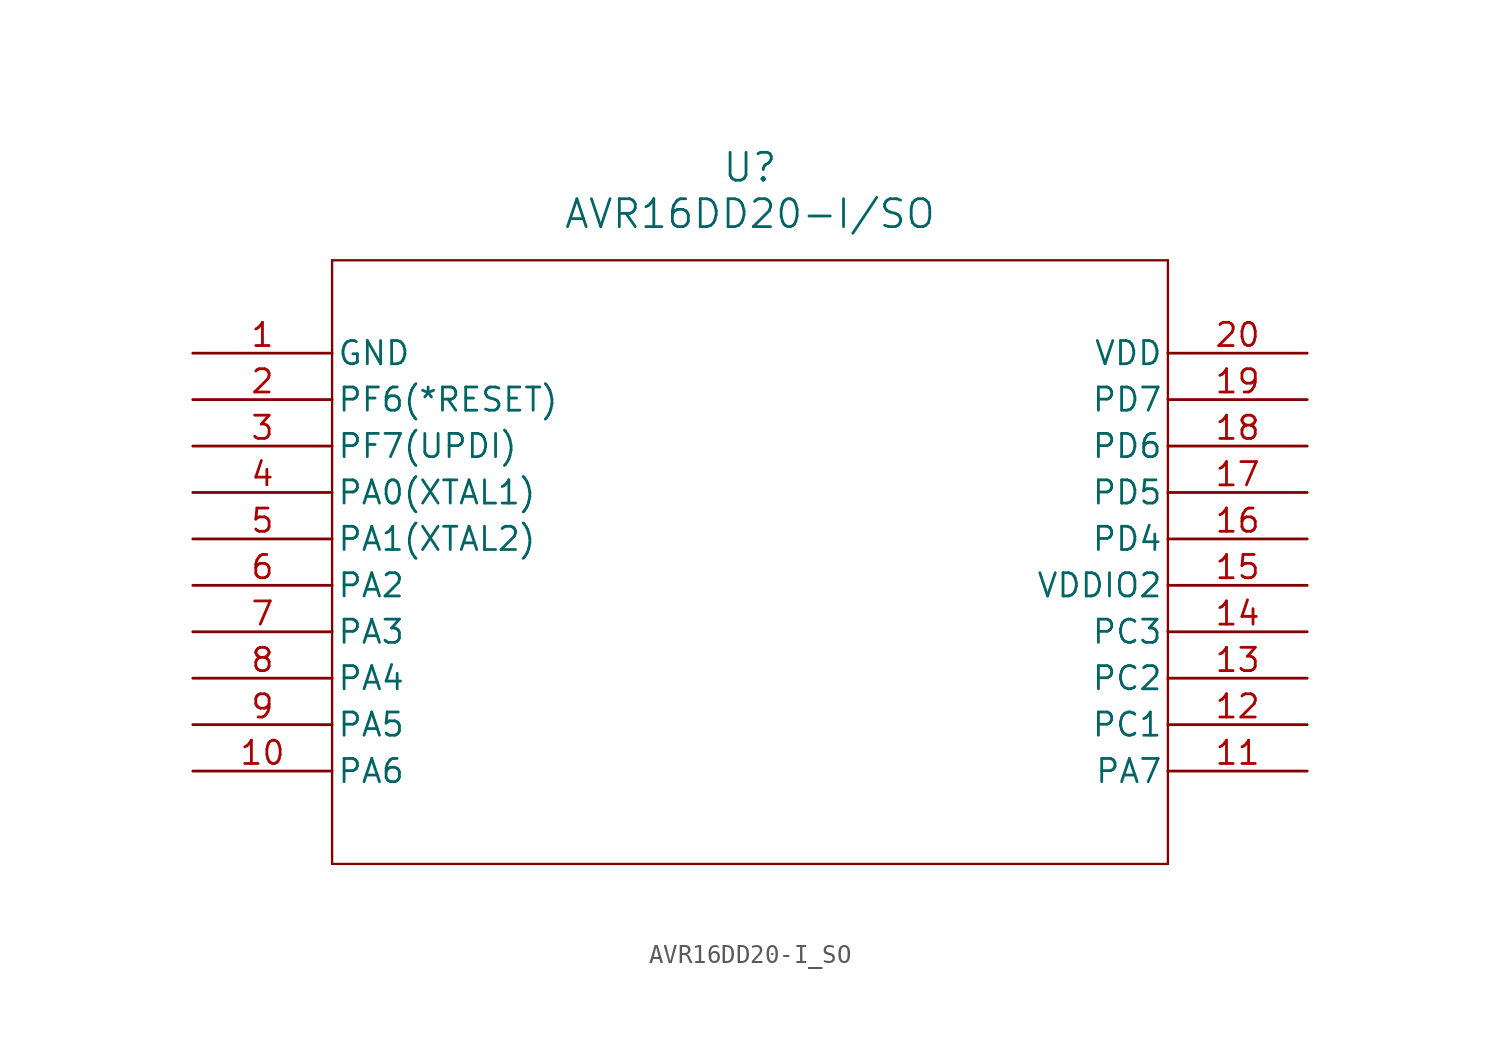
<source format=kicad_sym>
(kicad_symbol_lib
  (version 20211014)
  (generator kicad_symbol_editor)
  (symbol "AVR16DD20-I_SO"
    (pin_names
      (offset 0.254))
    (property "Reference" "U"
      (at 30.48 10.16 0)
      (effects (font (size 1.524 1.524))))
    (property "Value" "AVR16DD20-I/SO"
      (at 30.48 7.62 0)
      (effects (font (size 1.524 1.524))))
    (symbol "AVR16DD20-I_SO_0_1"
      (polyline (pts (xy 7.62 5.08) (xy 7.62 -27.94)) (stroke (width 0.127) (type default) (color 0 0 0 0)) (fill (type none)))
      (polyline (pts (xy 7.62 -27.94) (xy 53.34 -27.94)) (stroke (width 0.127) (type default) (color 0 0 0 0)) (fill (type none)))
      (polyline (pts (xy 53.34 -27.94) (xy 53.34 5.08)) (stroke (width 0.127) (type default) (color 0 0 0 0)) (fill (type none)))
      (polyline (pts (xy 53.34 5.08) (xy 7.62 5.08)) (stroke (width 0.127) (type default) (color 0 0 0 0)) (fill (type none)))
      (pin power_out line (at 0 0 0) (length 7.62) (name "GND" (effects (font (size 1.27 1.27)))) (number "1" (effects (font (size 1.27 1.27)))))
      (pin bidirectional line (at 0 -2.54 0) (length 7.62) (name "PF6(*RESET)" (effects (font (size 1.27 1.27)))) (number "2" (effects (font (size 1.27 1.27)))))
      (pin bidirectional line (at 0 -5.08 0) (length 7.62) (name "PF7(UPDI)" (effects (font (size 1.27 1.27)))) (number "3" (effects (font (size 1.27 1.27)))))
      (pin bidirectional line (at 0 -7.62 0) (length 7.62) (name "PA0(XTAL1)" (effects (font (size 1.27 1.27)))) (number "4" (effects (font (size 1.27 1.27)))))
      (pin bidirectional line (at 0 -10.16 0) (length 7.62) (name "PA1(XTAL2)" (effects (font (size 1.27 1.27)))) (number "5" (effects (font (size 1.27 1.27)))))
      (pin bidirectional line (at 0 -12.7 0) (length 7.62) (name "PA2" (effects (font (size 1.27 1.27)))) (number "6" (effects (font (size 1.27 1.27)))))
      (pin bidirectional line (at 0 -15.24 0) (length 7.62) (name "PA3" (effects (font (size 1.27 1.27)))) (number "7" (effects (font (size 1.27 1.27)))))
      (pin bidirectional line (at 0 -17.78 0) (length 7.62) (name "PA4" (effects (font (size 1.27 1.27)))) (number "8" (effects (font (size 1.27 1.27)))))
      (pin bidirectional line (at 0 -20.32 0) (length 7.62) (name "PA5" (effects (font (size 1.27 1.27)))) (number "9" (effects (font (size 1.27 1.27)))))
      (pin bidirectional line (at 0 -22.86 0) (length 7.62) (name "PA6" (effects (font (size 1.27 1.27)))) (number "10" (effects (font (size 1.27 1.27)))))
      (pin bidirectional line (at 60.96 -22.86 180) (length 7.62) (name "PA7" (effects (font (size 1.27 1.27)))) (number "11" (effects (font (size 1.27 1.27)))))
      (pin bidirectional line (at 60.96 -20.32 180) (length 7.62) (name "PC1" (effects (font (size 1.27 1.27)))) (number "12" (effects (font (size 1.27 1.27)))))
      (pin bidirectional line (at 60.96 -17.78 180) (length 7.62) (name "PC2" (effects (font (size 1.27 1.27)))) (number "13" (effects (font (size 1.27 1.27)))))
      (pin bidirectional line (at 60.96 -15.24 180) (length 7.62) (name "PC3" (effects (font (size 1.27 1.27)))) (number "14" (effects (font (size 1.27 1.27)))))
      (pin power_in line (at 60.96 -12.7 180) (length 7.62) (name "VDDIO2" (effects (font (size 1.27 1.27)))) (number "15" (effects (font (size 1.27 1.27)))))
      (pin bidirectional line (at 60.96 -10.16 180) (length 7.62) (name "PD4" (effects (font (size 1.27 1.27)))) (number "16" (effects (font (size 1.27 1.27)))))
      (pin bidirectional line (at 60.96 -7.62 180) (length 7.62) (name "PD5" (effects (font (size 1.27 1.27)))) (number "17" (effects (font (size 1.27 1.27)))))
      (pin bidirectional line (at 60.96 -5.08 180) (length 7.62) (name "PD6" (effects (font (size 1.27 1.27)))) (number "18" (effects (font (size 1.27 1.27)))))
      (pin bidirectional line (at 60.96 -2.54 180) (length 7.62) (name "PD7" (effects (font (size 1.27 1.27)))) (number "19" (effects (font (size 1.27 1.27)))))
      (pin power_in line (at 60.96 0 180) (length 7.62) (name "VDD" (effects (font (size 1.27 1.27)))) (number "20" (effects (font (size 1.27 1.27))))))))
</source>
